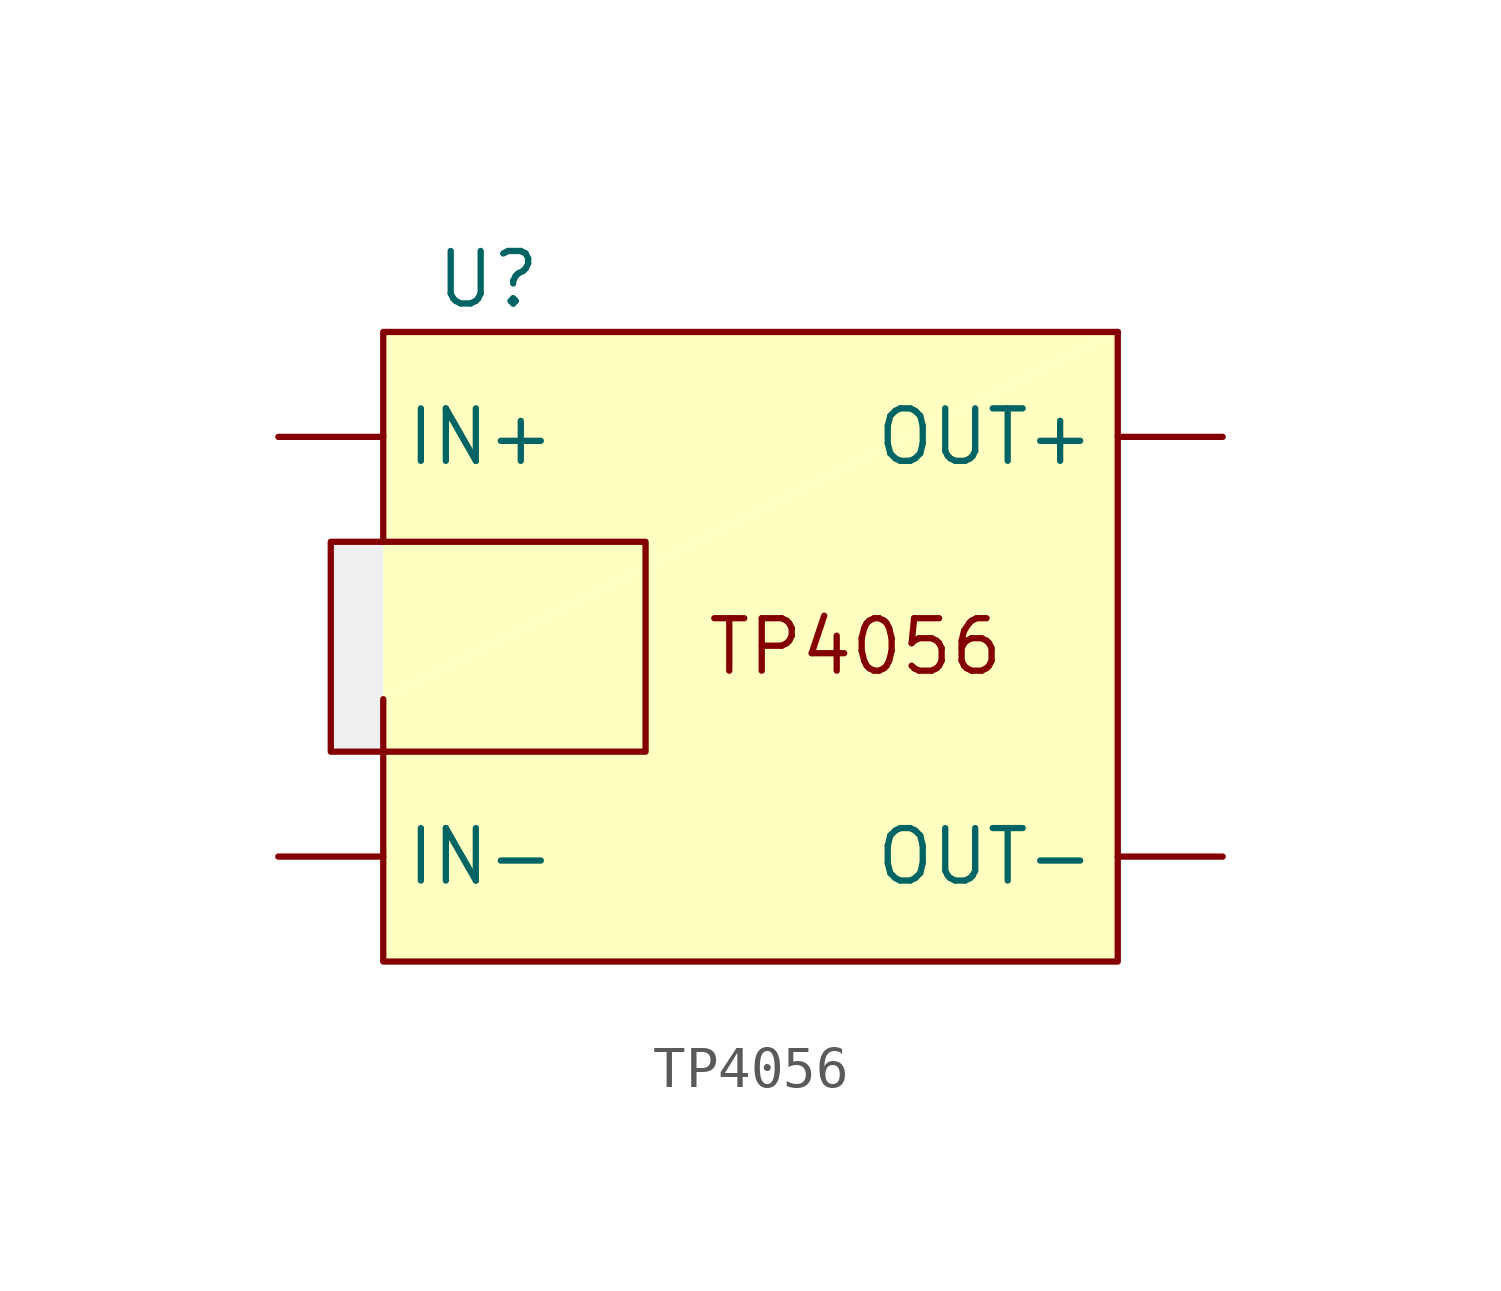
<source format=kicad_sym>
(kicad_symbol_lib
  (version 20220914)
  (generator kicad_symbol_editor)
  (symbol "TP4056"
    (property "Reference" "U"
      (at -6.35 8.89 0)
      (effects (font (size 1.27 1.27))))
    (property "Value" ""
      (at -10.16 2.54 0)
      (effects (font (size 1.27 1.27))))
    (symbol "TP4056_1_1"
      (rectangle (start -10.16 2.54) (end -2.54 -2.54) (stroke (width 0) (type default)) (fill (type color) (color 239 239 239 1)))
      (polyline (pts (xy -8.89 -1.27) (xy -8.89 7.62) (xy 8.89 7.62)) (stroke (width -0.0001) (type default)) (fill (type background)))
      (polyline (pts (xy -8.89 2.54) (xy -8.89 7.62) (xy 8.89 7.62)) (stroke (width 0) (type default)) (fill (type none)))
      (polyline (pts (xy -8.89 -1.27) (xy -8.89 -7.62) (xy 8.89 -7.62) (xy 8.89 7.62)) (stroke (width 0) (type default)) (fill (type background)))
      (text "TP4056" (at 2.54 0 0) (effects (font (size 1.27 1.27))))
      (pin power_in line (at -11.43 5.08 0) (length 2.54) (name "IN+" (effects (font (size 1.27 1.27)))) (number "" (effects (font (size 1.27 1.27)))))
      (pin power_in line (at -11.43 -5.08 0) (length 2.54) (name "IN-" (effects (font (size 1.27 1.27)))) (number "" (effects (font (size 1.27 1.27)))))
      (pin power_out line (at 11.43 5.08 180) (length 2.54) (name "OUT+" (effects (font (size 1.27 1.27)))) (number "" (effects (font (size 1.27 1.27)))))
      (pin power_out line (at 11.43 -5.08 180) (length 2.54) (name "OUT-" (effects (font (size 1.27 1.27)))) (number "" (effects (font (size 1.27 1.27))))))))
</source>
